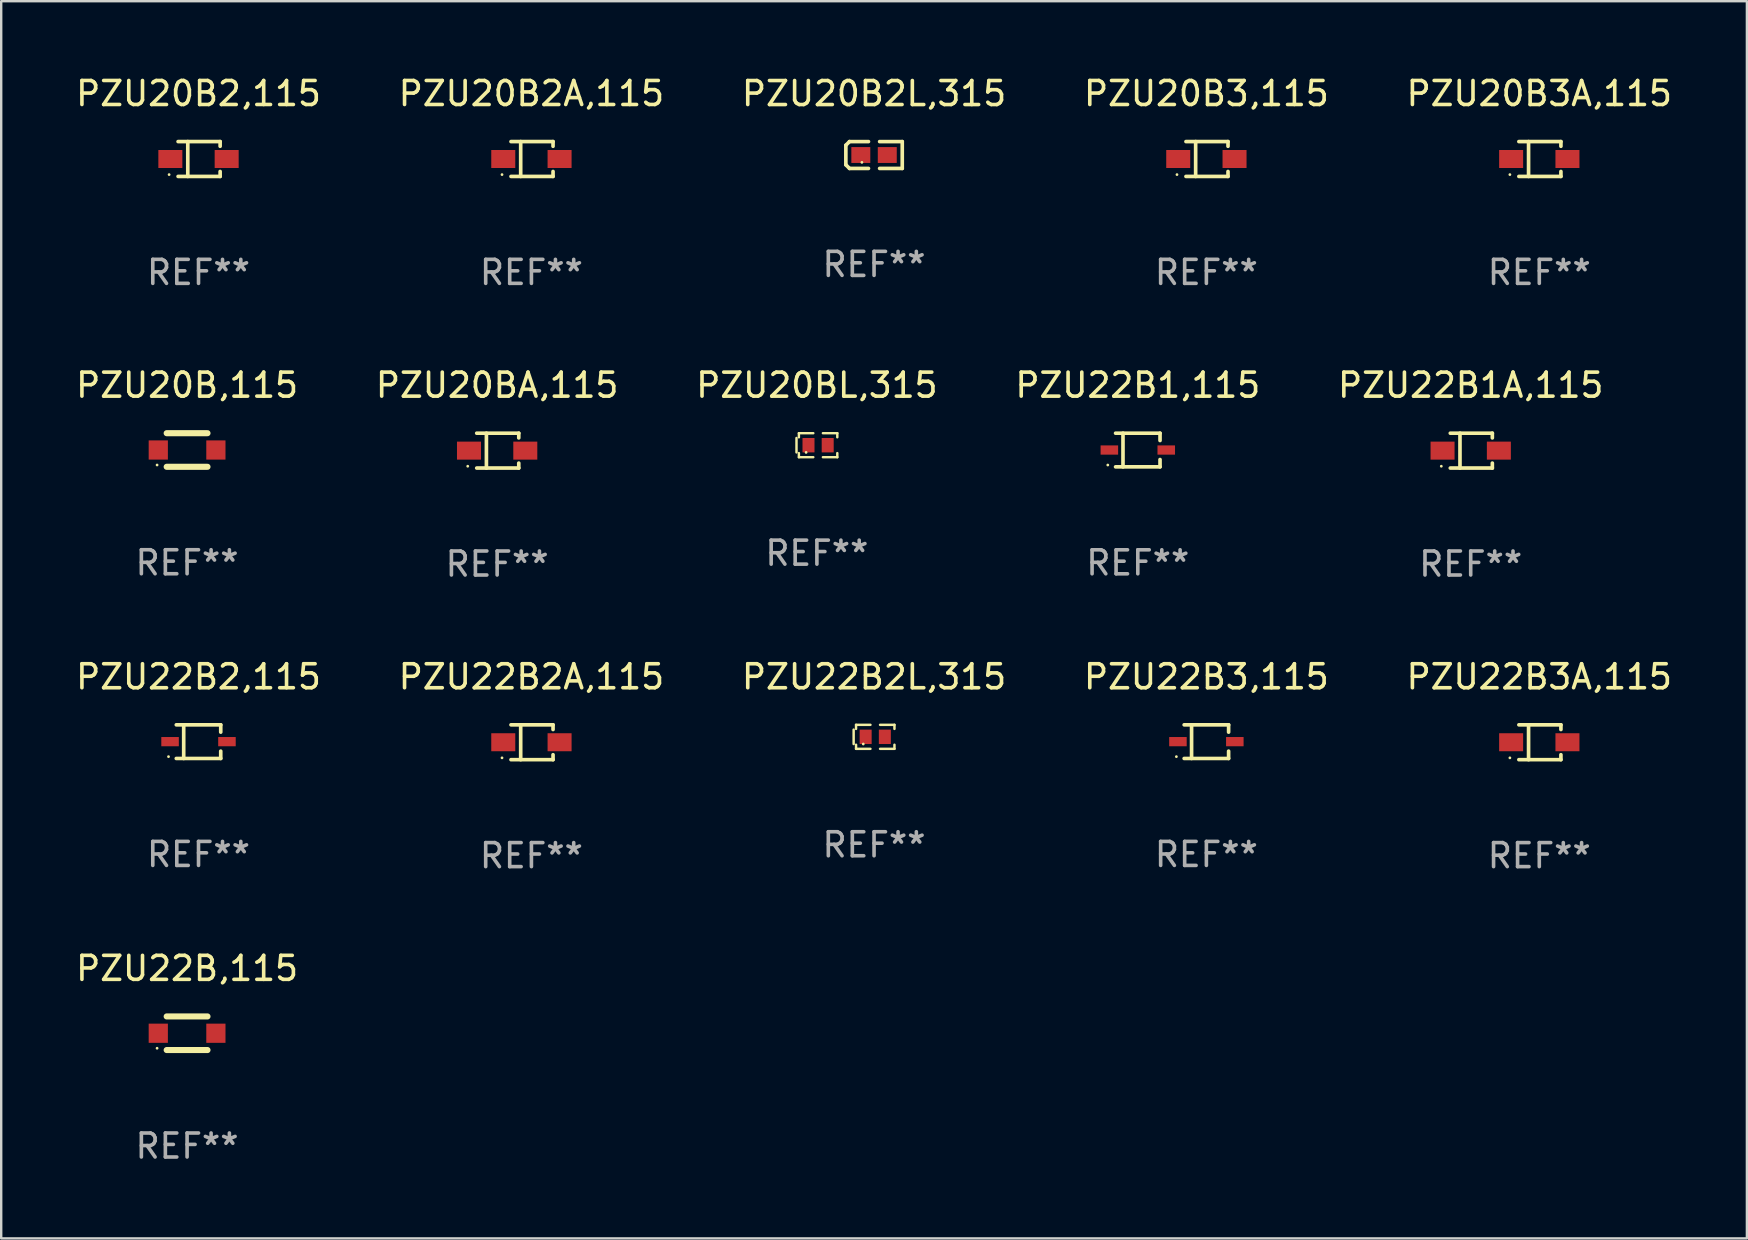
<source format=kicad_pcb>
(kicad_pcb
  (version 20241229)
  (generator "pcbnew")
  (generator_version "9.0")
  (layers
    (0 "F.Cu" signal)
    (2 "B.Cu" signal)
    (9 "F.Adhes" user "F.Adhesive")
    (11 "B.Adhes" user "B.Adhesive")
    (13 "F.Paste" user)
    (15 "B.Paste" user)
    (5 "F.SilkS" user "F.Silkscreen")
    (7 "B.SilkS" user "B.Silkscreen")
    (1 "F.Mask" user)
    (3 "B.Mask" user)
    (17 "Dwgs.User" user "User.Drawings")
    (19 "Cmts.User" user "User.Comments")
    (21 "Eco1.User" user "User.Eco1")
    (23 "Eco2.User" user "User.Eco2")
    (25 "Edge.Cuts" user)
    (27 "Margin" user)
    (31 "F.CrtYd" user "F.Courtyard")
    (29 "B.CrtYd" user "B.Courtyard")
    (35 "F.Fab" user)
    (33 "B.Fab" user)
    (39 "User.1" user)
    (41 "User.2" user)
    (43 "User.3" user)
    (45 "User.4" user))
  (footprint "PZU22B2L,315"
    (layer "F.Cu")
    (at 33.363 27.646)
    (property "Reference" "PZU22B2L,315" (at 0 -2.5 0) (layer "F.SilkS") (effects (font (size 1 1) (thickness 0.15))))
    (attr through_hole)
    (fp_line (start -0.85 -0.3) (end -0.85 0.3) (stroke (width 0.102) (type solid)) (layer "F.SilkS"))
    (fp_line (start -0.75 -0.5) (end -0.75 -0.329) (stroke (width 0.102) (type solid)) (layer "F.SilkS"))
    (fp_line (start -0.75 0.329) (end -0.75 0.5) (stroke (width 0.102) (type solid)) (layer "F.SilkS"))
    (fp_line (start -0.75 0.5) (end -0.15 0.5) (stroke (width 0.102) (type solid)) (layer "F.SilkS"))
    (fp_line (start -0.15 -0.5) (end -0.75 -0.5) (stroke (width 0.102) (type solid)) (layer "F.SilkS"))
    (fp_line (start 0.25 -0.5) (end 0.85 -0.5) (stroke (width 0.102) (type solid)) (layer "F.SilkS"))
    (fp_line (start 0.85 -0.5) (end 0.85 -0.33) (stroke (width 0.102) (type solid)) (layer "F.SilkS"))
    (fp_line (start 0.85 0.33) (end 0.85 0.5) (stroke (width 0.102) (type solid)) (layer "F.SilkS"))
    (fp_line (start 0.85 0.5) (end 0.25 0.5) (stroke (width 0.102) (type solid)) (layer "F.SilkS"))
    (fp_circle (center -0.45 0.3) (end -0.42 0.3) (stroke (width 0.06) (type solid)) (fill no) (layer "F.SilkS"))
    (fp_text user "REF**" (at 0 4.5 0) (layer "F.Fab") (effects (font (size 1 1) (thickness 0.15))))
    (pad "1" smd rect (at -0.35 0) (size 0.5 0.6) (layers "F.Cu" "F.Mask" "F.Paste"))
    (pad "2" smd rect (at 0.45 0) (size 0.5 0.6) (layers "F.Cu" "F.Mask" "F.Paste")))
  (footprint "PZU22B1,115"
    (layer "F.Cu")
    (at 44.351 15.698)
    (property "Reference" "PZU22B1,115" (at 0 -2.701 0) (layer "F.SilkS") (effects (font (size 1 1) (thickness 0.15))))
    (attr through_hole)
    (fp_line (start -0.926 -0.701) (end 0.926 -0.701) (stroke (width 0.152) (type solid)) (layer "F.SilkS"))
    (fp_line (start -0.926 0.701) (end 0.926 0.701) (stroke (width 0.152) (type solid)) (layer "F.SilkS"))
    (fp_line (start -0.617 -0.701) (end -0.617 0.701) (stroke (width 0.152) (type solid)) (layer "F.SilkS"))
    (fp_line (start 0.926 -0.701) (end 0.926 -0.396) (stroke (width 0.152) (type solid)) (layer "F.SilkS"))
    (fp_line (start 0.926 0.701) (end 0.926 0.396) (stroke (width 0.152) (type solid)) (layer "F.SilkS"))
    (fp_circle (center -1.25 0.625) (end -1.22 0.625) (stroke (width 0.06) (type solid)) (fill no) (layer "F.SilkS"))
    (fp_text user "REF**" (at 0 4.701 0) (layer "F.Fab") (effects (font (size 1 1) (thickness 0.15))))
    (pad "1" smd rect (at -1.185 0 180) (size 0.73 0.385) (layers "F.Cu" "F.Mask" "F.Paste"))
    (pad "2" smd rect (at 1.185 0 180) (size 0.73 0.385) (layers "F.Cu" "F.Mask" "F.Paste")))
  (footprint "PZU20B3,115"
    (layer "F.Cu")
    (at 47.208 3.574)
    (property "Reference" "PZU20B3,115" (at 0 -2.726 0) (layer "F.SilkS") (effects (font (size 1 1) (thickness 0.15))))
    (attr through_hole)
    (fp_line (start -0.851 -0.726) (end 0.901 -0.726) (stroke (width 0.152) (type solid)) (layer "F.SilkS"))
    (fp_line (start -0.851 0.726) (end 0.901 0.726) (stroke (width 0.152) (type solid)) (layer "F.SilkS"))
    (fp_line (start -0.447 -0.726) (end -0.447 0.726) (stroke (width 0.152) (type solid)) (layer "F.SilkS"))
    (fp_line (start 0.901 -0.726) (end 0.901 -0.53) (stroke (width 0.152) (type solid)) (layer "F.SilkS"))
    (fp_line (start 0.901 0.726) (end 0.901 0.52) (stroke (width 0.152) (type solid)) (layer "F.SilkS"))
    (fp_circle (center -1.225 0.65) (end -1.195 0.65) (stroke (width 0.06) (type solid)) (fill no) (layer "F.SilkS"))
    (fp_text user "REF**" (at 0 4.726 0) (layer "F.Fab") (effects (font (size 1 1) (thickness 0.15))))
    (pad "1" smd rect (at -1.173 0) (size 1 0.75) (layers "F.Cu" "F.Mask" "F.Paste"))
    (pad "2" smd rect (at 1.173 0) (size 1 0.75) (layers "F.Cu" "F.Mask" "F.Paste")))
  (footprint "PZU20B2A,115"
    (layer "F.Cu")
    (at 19.089 3.574)
    (property "Reference" "PZU20B2A,115" (at 0 -2.726 0) (layer "F.SilkS") (effects (font (size 1 1) (thickness 0.15))))
    (attr through_hole)
    (fp_line (start -0.851 -0.726) (end 0.901 -0.726) (stroke (width 0.152) (type solid)) (layer "F.SilkS"))
    (fp_line (start -0.851 0.726) (end 0.901 0.726) (stroke (width 0.152) (type solid)) (layer "F.SilkS"))
    (fp_line (start -0.447 -0.726) (end -0.447 0.726) (stroke (width 0.152) (type solid)) (layer "F.SilkS"))
    (fp_line (start 0.901 -0.726) (end 0.901 -0.53) (stroke (width 0.152) (type solid)) (layer "F.SilkS"))
    (fp_line (start 0.901 0.726) (end 0.901 0.52) (stroke (width 0.152) (type solid)) (layer "F.SilkS"))
    (fp_circle (center -1.225 0.65) (end -1.195 0.65) (stroke (width 0.06) (type solid)) (fill no) (layer "F.SilkS"))
    (fp_text user "REF**" (at 0 4.726 0) (layer "F.Fab") (effects (font (size 1 1) (thickness 0.15))))
    (pad "1" smd rect (at -1.173 0) (size 1 0.75) (layers "F.Cu" "F.Mask" "F.Paste"))
    (pad "2" smd rect (at 1.173 0) (size 1 0.75) (layers "F.Cu" "F.Mask" "F.Paste")))
  (footprint "PZU20B2L,315"
    (layer "F.Cu")
    (at 33.363 3.408)
    (property "Reference" "PZU20B2L,315" (at 0 -2.559 0) (layer "F.SilkS") (effects (font (size 1 1) (thickness 0.15))))
    (attr through_hole)
    (fp_line (start -1.175 -0.407) (end -1.023 -0.559) (stroke (width 0.152) (type solid)) (layer "F.SilkS"))
    (fp_line (start -1.175 0.407) (end -1.175 -0.407) (stroke (width 0.152) (type solid)) (layer "F.SilkS"))
    (fp_line (start -1.023 -0.559) (end -0.232 -0.559) (stroke (width 0.152) (type solid)) (layer "F.SilkS"))
    (fp_line (start -1.023 0.559) (end -1.175 0.407) (stroke (width 0.152) (type solid)) (layer "F.SilkS"))
    (fp_line (start -0.232 0.559) (end -1.023 0.559) (stroke (width 0.152) (type solid)) (layer "F.SilkS"))
    (fp_line (start 0.232 0.559) (end 1.175 0.559) (stroke (width 0.152) (type solid)) (layer "F.SilkS"))
    (fp_line (start 1.175 -0.559) (end 0.232 -0.559) (stroke (width 0.152) (type solid)) (layer "F.SilkS"))
    (fp_line (start 1.175 0.559) (end 1.175 -0.559) (stroke (width 0.152) (type solid)) (layer "F.SilkS"))
    (fp_circle (center -0.506 0.306) (end -0.476 0.306) (stroke (width 0.06) (type solid)) (fill no) (layer "F.SilkS"))
    (fp_text user "REF**" (at 0 4.559 0) (layer "F.Fab") (effects (font (size 1 1) (thickness 0.15))))
    (pad "1" smd rect (at -0.551 0) (size 0.79 0.661) (layers "F.Cu" "F.Mask" "F.Paste"))
    (pad "2" smd rect (at 0.551 0) (size 0.79 0.661) (layers "F.Cu" "F.Mask" "F.Paste")))
  (footprint "PZU20BL,315"
    (layer "F.Cu")
    (at 30.982 15.497)
    (property "Reference" "PZU20BL,315" (at 0 -2.5 0) (layer "F.SilkS") (effects (font (size 1 1) (thickness 0.15))))
    (attr through_hole)
    (fp_line (start -0.85 -0.3) (end -0.85 0.3) (stroke (width 0.102) (type solid)) (layer "F.SilkS"))
    (fp_line (start -0.75 -0.5) (end -0.75 -0.329) (stroke (width 0.102) (type solid)) (layer "F.SilkS"))
    (fp_line (start -0.75 0.329) (end -0.75 0.5) (stroke (width 0.102) (type solid)) (layer "F.SilkS"))
    (fp_line (start -0.75 0.5) (end -0.15 0.5) (stroke (width 0.102) (type solid)) (layer "F.SilkS"))
    (fp_line (start -0.15 -0.5) (end -0.75 -0.5) (stroke (width 0.102) (type solid)) (layer "F.SilkS"))
    (fp_line (start 0.25 -0.5) (end 0.85 -0.5) (stroke (width 0.102) (type solid)) (layer "F.SilkS"))
    (fp_line (start 0.85 -0.5) (end 0.85 -0.33) (stroke (width 0.102) (type solid)) (layer "F.SilkS"))
    (fp_line (start 0.85 0.33) (end 0.85 0.5) (stroke (width 0.102) (type solid)) (layer "F.SilkS"))
    (fp_line (start 0.85 0.5) (end 0.25 0.5) (stroke (width 0.102) (type solid)) (layer "F.SilkS"))
    (fp_circle (center -0.45 0.3) (end -0.42 0.3) (stroke (width 0.06) (type solid)) (fill no) (layer "F.SilkS"))
    (fp_text user "REF**" (at 0 4.5 0) (layer "F.Fab") (effects (font (size 1 1) (thickness 0.15))))
    (pad "1" smd rect (at -0.35 0) (size 0.5 0.6) (layers "F.Cu" "F.Mask" "F.Paste"))
    (pad "2" smd rect (at 0.45 0) (size 0.5 0.6) (layers "F.Cu" "F.Mask" "F.Paste")))
  (footprint "PZU20B3A,115"
    (layer "F.Cu")
    (at 61.077 3.574)
    (property "Reference" "PZU20B3A,115" (at 0 -2.726 0) (layer "F.SilkS") (effects (font (size 1 1) (thickness 0.15))))
    (attr through_hole)
    (fp_line (start -0.851 -0.726) (end 0.901 -0.726) (stroke (width 0.152) (type solid)) (layer "F.SilkS"))
    (fp_line (start -0.851 0.726) (end 0.901 0.726) (stroke (width 0.152) (type solid)) (layer "F.SilkS"))
    (fp_line (start -0.447 -0.726) (end -0.447 0.726) (stroke (width 0.152) (type solid)) (layer "F.SilkS"))
    (fp_line (start 0.901 -0.726) (end 0.901 -0.53) (stroke (width 0.152) (type solid)) (layer "F.SilkS"))
    (fp_line (start 0.901 0.726) (end 0.901 0.52) (stroke (width 0.152) (type solid)) (layer "F.SilkS"))
    (fp_circle (center -1.225 0.65) (end -1.195 0.65) (stroke (width 0.06) (type solid)) (fill no) (layer "F.SilkS"))
    (fp_text user "REF**" (at 0 4.726 0) (layer "F.Fab") (effects (font (size 1 1) (thickness 0.15))))
    (pad "1" smd rect (at -1.173 0) (size 1 0.75) (layers "F.Cu" "F.Mask" "F.Paste"))
    (pad "2" smd rect (at 1.173 0) (size 1 0.75) (layers "F.Cu" "F.Mask" "F.Paste")))
  (footprint "PZU20B2,115"
    (layer "F.Cu")
    (at 5.22 3.574)
    (property "Reference" "PZU20B2,115" (at 0 -2.726 0) (layer "F.SilkS") (effects (font (size 1 1) (thickness 0.15))))
    (attr through_hole)
    (fp_line (start -0.851 -0.726) (end 0.901 -0.726) (stroke (width 0.152) (type solid)) (layer "F.SilkS"))
    (fp_line (start -0.851 0.726) (end 0.901 0.726) (stroke (width 0.152) (type solid)) (layer "F.SilkS"))
    (fp_line (start -0.447 -0.726) (end -0.447 0.726) (stroke (width 0.152) (type solid)) (layer "F.SilkS"))
    (fp_line (start 0.901 -0.726) (end 0.901 -0.53) (stroke (width 0.152) (type solid)) (layer "F.SilkS"))
    (fp_line (start 0.901 0.726) (end 0.901 0.52) (stroke (width 0.152) (type solid)) (layer "F.SilkS"))
    (fp_circle (center -1.225 0.65) (end -1.195 0.65) (stroke (width 0.06) (type solid)) (fill no) (layer "F.SilkS"))
    (fp_text user "REF**" (at 0 4.726 0) (layer "F.Fab") (effects (font (size 1 1) (thickness 0.15))))
    (pad "1" smd rect (at -1.173 0) (size 1 0.75) (layers "F.Cu" "F.Mask" "F.Paste"))
    (pad "2" smd rect (at 1.173 0) (size 1 0.75) (layers "F.Cu" "F.Mask" "F.Paste")))
  (footprint "PZU22B3A,115"
    (layer "F.Cu")
    (at 61.077 27.872)
    (property "Reference" "PZU22B3A,115" (at 0 -2.726 0) (layer "F.SilkS") (effects (font (size 1 1) (thickness 0.15))))
    (attr through_hole)
    (fp_line (start -0.851 -0.726) (end 0.901 -0.726) (stroke (width 0.152) (type solid)) (layer "F.SilkS"))
    (fp_line (start -0.851 0.726) (end 0.901 0.726) (stroke (width 0.152) (type solid)) (layer "F.SilkS"))
    (fp_line (start -0.447 -0.726) (end -0.447 0.726) (stroke (width 0.152) (type solid)) (layer "F.SilkS"))
    (fp_line (start 0.901 -0.726) (end 0.901 -0.53) (stroke (width 0.152) (type solid)) (layer "F.SilkS"))
    (fp_line (start 0.901 0.726) (end 0.901 0.52) (stroke (width 0.152) (type solid)) (layer "F.SilkS"))
    (fp_circle (center -1.225 0.65) (end -1.195 0.65) (stroke (width 0.06) (type solid)) (fill no) (layer "F.SilkS"))
    (fp_text user "REF**" (at 0 4.726 0) (layer "F.Fab") (effects (font (size 1 1) (thickness 0.15))))
    (pad "1" smd rect (at -1.173 0) (size 1 0.75) (layers "F.Cu" "F.Mask" "F.Paste"))
    (pad "2" smd rect (at 1.173 0) (size 1 0.75) (layers "F.Cu" "F.Mask" "F.Paste")))
  (footprint "PZU20BA,115"
    (layer "F.Cu")
    (at 17.661 15.723)
    (property "Reference" "PZU20BA,115" (at 0 -2.726 0) (layer "F.SilkS") (effects (font (size 1 1) (thickness 0.15))))
    (attr through_hole)
    (fp_line (start -0.851 -0.726) (end 0.901 -0.726) (stroke (width 0.152) (type solid)) (layer "F.SilkS"))
    (fp_line (start -0.851 0.726) (end 0.901 0.726) (stroke (width 0.152) (type solid)) (layer "F.SilkS"))
    (fp_line (start -0.447 -0.726) (end -0.447 0.726) (stroke (width 0.152) (type solid)) (layer "F.SilkS"))
    (fp_line (start 0.901 -0.726) (end 0.901 -0.53) (stroke (width 0.152) (type solid)) (layer "F.SilkS"))
    (fp_line (start 0.901 0.726) (end 0.901 0.52) (stroke (width 0.152) (type solid)) (layer "F.SilkS"))
    (fp_circle (center -1.225 0.65) (end -1.195 0.65) (stroke (width 0.06) (type solid)) (fill no) (layer "F.SilkS"))
    (fp_text user "REF**" (at 0 4.726 0) (layer "F.Fab") (effects (font (size 1 1) (thickness 0.15))))
    (pad "1" smd rect (at -1.173 0) (size 1 0.75) (layers "F.Cu" "F.Mask" "F.Paste"))
    (pad "2" smd rect (at 1.173 0) (size 1 0.75) (layers "F.Cu" "F.Mask" "F.Paste")))
  (footprint "PZU22B2A,115"
    (layer "F.Cu")
    (at 19.089 27.872)
    (property "Reference" "PZU22B2A,115" (at 0 -2.726 0) (layer "F.SilkS") (effects (font (size 1 1) (thickness 0.15))))
    (attr through_hole)
    (fp_line (start -0.851 -0.726) (end 0.901 -0.726) (stroke (width 0.152) (type solid)) (layer "F.SilkS"))
    (fp_line (start -0.851 0.726) (end 0.901 0.726) (stroke (width 0.152) (type solid)) (layer "F.SilkS"))
    (fp_line (start -0.447 -0.726) (end -0.447 0.726) (stroke (width 0.152) (type solid)) (layer "F.SilkS"))
    (fp_line (start 0.901 -0.726) (end 0.901 -0.53) (stroke (width 0.152) (type solid)) (layer "F.SilkS"))
    (fp_line (start 0.901 0.726) (end 0.901 0.52) (stroke (width 0.152) (type solid)) (layer "F.SilkS"))
    (fp_circle (center -1.225 0.65) (end -1.195 0.65) (stroke (width 0.06) (type solid)) (fill no) (layer "F.SilkS"))
    (fp_text user "REF**" (at 0 4.726 0) (layer "F.Fab") (effects (font (size 1 1) (thickness 0.15))))
    (pad "1" smd rect (at -1.173 0) (size 1 0.75) (layers "F.Cu" "F.Mask" "F.Paste"))
    (pad "2" smd rect (at 1.173 0) (size 1 0.75) (layers "F.Cu" "F.Mask" "F.Paste")))
  (footprint "PZU22B3,115"
    (layer "F.Cu")
    (at 47.208 27.847)
    (property "Reference" "PZU22B3,115" (at 0 -2.701 0) (layer "F.SilkS") (effects (font (size 1 1) (thickness 0.15))))
    (attr through_hole)
    (fp_line (start -0.926 -0.701) (end 0.926 -0.701) (stroke (width 0.152) (type solid)) (layer "F.SilkS"))
    (fp_line (start -0.926 0.701) (end 0.926 0.701) (stroke (width 0.152) (type solid)) (layer "F.SilkS"))
    (fp_line (start -0.617 -0.701) (end -0.617 0.701) (stroke (width 0.152) (type solid)) (layer "F.SilkS"))
    (fp_line (start 0.926 -0.701) (end 0.926 -0.396) (stroke (width 0.152) (type solid)) (layer "F.SilkS"))
    (fp_line (start 0.926 0.701) (end 0.926 0.396) (stroke (width 0.152) (type solid)) (layer "F.SilkS"))
    (fp_circle (center -1.25 0.625) (end -1.22 0.625) (stroke (width 0.06) (type solid)) (fill no) (layer "F.SilkS"))
    (fp_text user "REF**" (at 0 4.701 0) (layer "F.Fab") (effects (font (size 1 1) (thickness 0.15))))
    (pad "1" smd rect (at -1.185 0 180) (size 0.73 0.385) (layers "F.Cu" "F.Mask" "F.Paste"))
    (pad "2" smd rect (at 1.185 0 180) (size 0.73 0.385) (layers "F.Cu" "F.Mask" "F.Paste")))
  (footprint "PZU22B1A,115"
    (layer "F.Cu")
    (at 58.22 15.723)
    (property "Reference" "PZU22B1A,115" (at 0 -2.726 0) (layer "F.SilkS") (effects (font (size 1 1) (thickness 0.15))))
    (attr through_hole)
    (fp_line (start -0.851 -0.726) (end 0.901 -0.726) (stroke (width 0.152) (type solid)) (layer "F.SilkS"))
    (fp_line (start -0.851 0.726) (end 0.901 0.726) (stroke (width 0.152) (type solid)) (layer "F.SilkS"))
    (fp_line (start -0.447 -0.726) (end -0.447 0.726) (stroke (width 0.152) (type solid)) (layer "F.SilkS"))
    (fp_line (start 0.901 -0.726) (end 0.901 -0.53) (stroke (width 0.152) (type solid)) (layer "F.SilkS"))
    (fp_line (start 0.901 0.726) (end 0.901 0.52) (stroke (width 0.152) (type solid)) (layer "F.SilkS"))
    (fp_circle (center -1.225 0.65) (end -1.195 0.65) (stroke (width 0.06) (type solid)) (fill no) (layer "F.SilkS"))
    (fp_text user "REF**" (at 0 4.726 0) (layer "F.Fab") (effects (font (size 1 1) (thickness 0.15))))
    (pad "1" smd rect (at -1.173 0) (size 1 0.75) (layers "F.Cu" "F.Mask" "F.Paste"))
    (pad "2" smd rect (at 1.173 0) (size 1 0.75) (layers "F.Cu" "F.Mask" "F.Paste")))
  (footprint "PZU22B,115"
    (layer "F.Cu")
    (at 4.744 39.995)
    (property "Reference" "PZU22B,115" (at 0 -2.7 0) (layer "F.SilkS") (effects (font (size 1 1) (thickness 0.15))))
    (attr through_hole)
    (fp_line (start -0.85 -0.7) (end 0.85 -0.7) (stroke (width 0.254) (type solid)) (layer "F.SilkS"))
    (fp_line (start -0.85 0.7) (end 0.85 0.7) (stroke (width 0.254) (type solid)) (layer "F.SilkS"))
    (fp_circle (center -1.25 0.625) (end -1.22 0.625) (stroke (width 0.06) (type solid)) (fill no) (layer "F.SilkS"))
    (fp_text user "REF**" (at 0 4.7 0) (layer "F.Fab") (effects (font (size 1 1) (thickness 0.15))))
    (pad "1" smd rect (at -1.2 0) (size 0.8 0.8) (layers "F.Cu" "F.Mask" "F.Paste"))
    (pad "2" smd rect (at 1.2 0) (size 0.8 0.8) (layers "F.Cu" "F.Mask" "F.Paste")))
  (footprint "PZU22B2,115"
    (layer "F.Cu")
    (at 5.22 27.847)
    (property "Reference" "PZU22B2,115" (at 0 -2.701 0) (layer "F.SilkS") (effects (font (size 1 1) (thickness 0.15))))
    (attr through_hole)
    (fp_line (start -0.926 -0.701) (end 0.926 -0.701) (stroke (width 0.152) (type solid)) (layer "F.SilkS"))
    (fp_line (start -0.926 0.701) (end 0.926 0.701) (stroke (width 0.152) (type solid)) (layer "F.SilkS"))
    (fp_line (start -0.617 -0.701) (end -0.617 0.701) (stroke (width 0.152) (type solid)) (layer "F.SilkS"))
    (fp_line (start 0.926 -0.701) (end 0.926 -0.396) (stroke (width 0.152) (type solid)) (layer "F.SilkS"))
    (fp_line (start 0.926 0.701) (end 0.926 0.396) (stroke (width 0.152) (type solid)) (layer "F.SilkS"))
    (fp_circle (center -1.25 0.625) (end -1.22 0.625) (stroke (width 0.06) (type solid)) (fill no) (layer "F.SilkS"))
    (fp_text user "REF**" (at 0 4.701 0) (layer "F.Fab") (effects (font (size 1 1) (thickness 0.15))))
    (pad "1" smd rect (at -1.185 0 180) (size 0.73 0.385) (layers "F.Cu" "F.Mask" "F.Paste"))
    (pad "2" smd rect (at 1.185 0 180) (size 0.73 0.385) (layers "F.Cu" "F.Mask" "F.Paste")))
  (footprint "PZU20B,115"
    (layer "F.Cu")
    (at 4.744 15.697)
    (property "Reference" "PZU20B,115" (at 0 -2.7 0) (layer "F.SilkS") (effects (font (size 1 1) (thickness 0.15))))
    (attr through_hole)
    (fp_line (start -0.85 -0.7) (end 0.85 -0.7) (stroke (width 0.254) (type solid)) (layer "F.SilkS"))
    (fp_line (start -0.85 0.7) (end 0.85 0.7) (stroke (width 0.254) (type solid)) (layer "F.SilkS"))
    (fp_circle (center -1.25 0.625) (end -1.22 0.625) (stroke (width 0.06) (type solid)) (fill no) (layer "F.SilkS"))
    (fp_text user "REF**" (at 0 4.7 0) (layer "F.Fab") (effects (font (size 1 1) (thickness 0.15))))
    (pad "1" smd rect (at -1.2 0) (size 0.8 0.8) (layers "F.Cu" "F.Mask" "F.Paste"))
    (pad "2" smd rect (at 1.2 0) (size 0.8 0.8) (layers "F.Cu" "F.Mask" "F.Paste")))
  (gr_rect
    (start -3 -3)
    (end 69.726 48.543)
    (stroke (width 0.1) (type default))
    (fill no)
    (layer "Edge.Cuts")))
</source>
